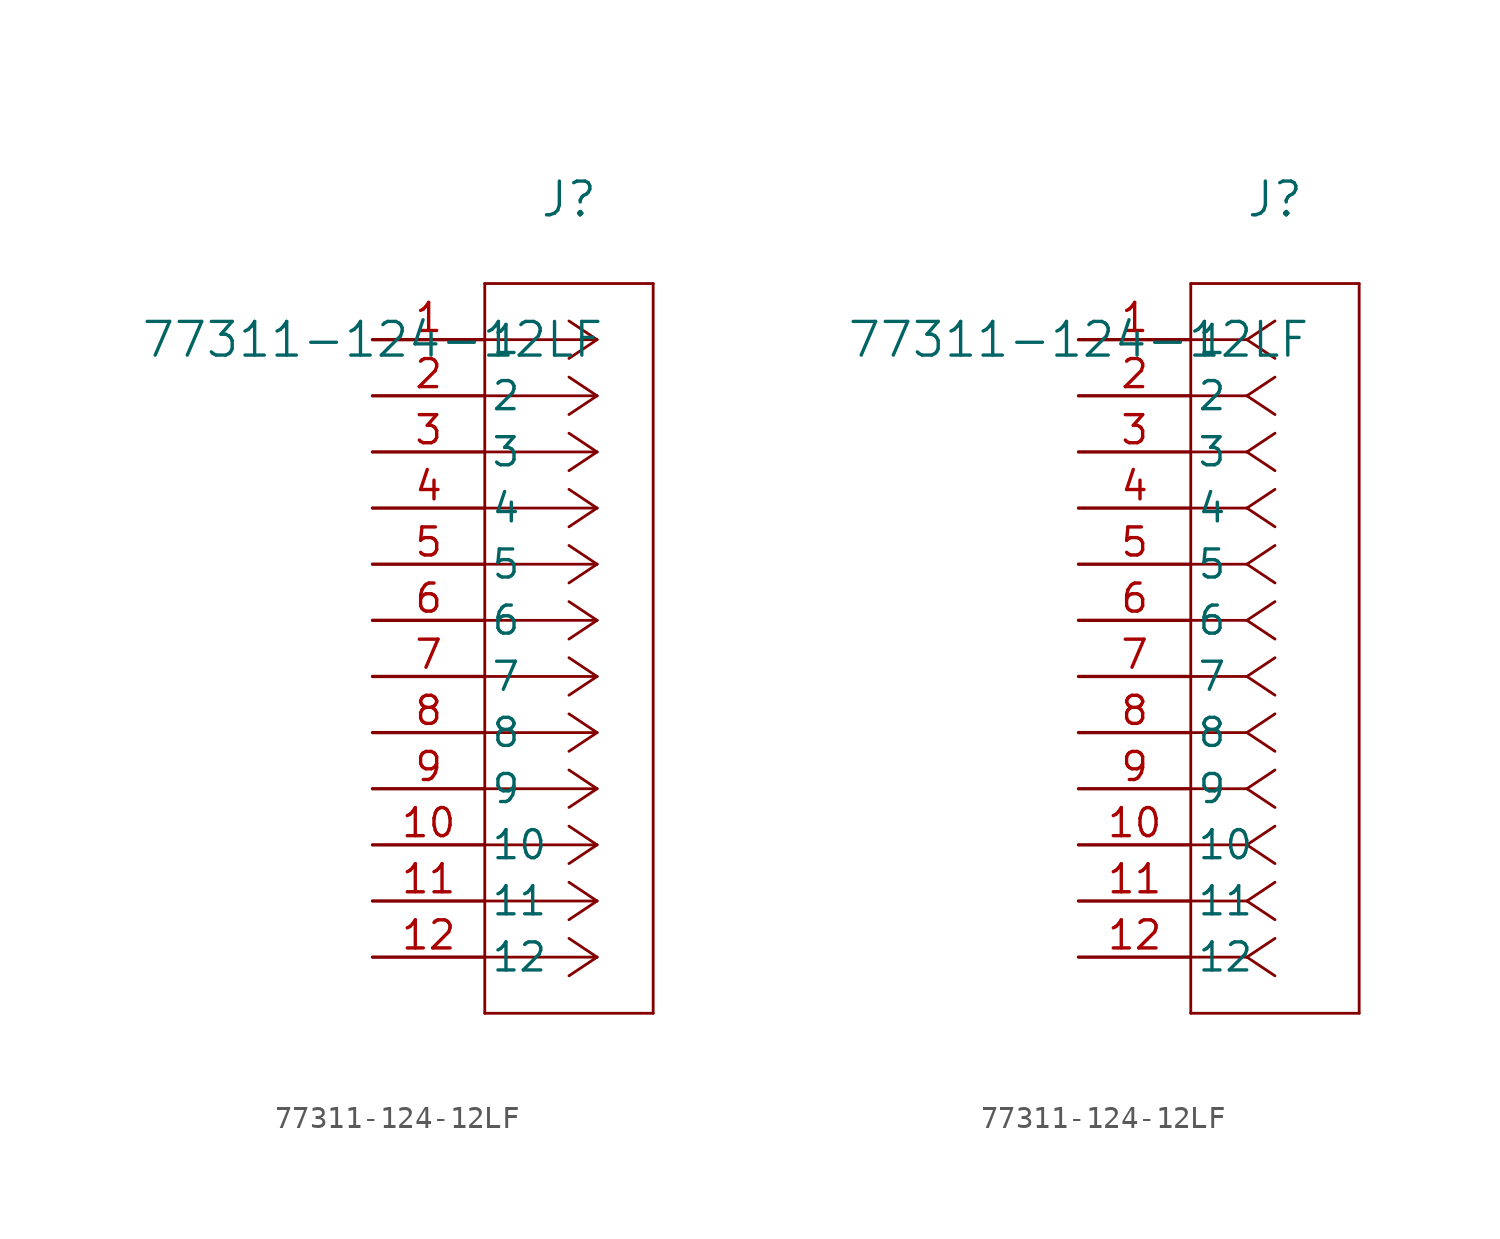
<source format=kicad_sym>
(kicad_symbol_lib
  (version 20211014)
  (generator kicad_symbol_editor)
  (symbol "77311-124-12LF"
    (pin_names
      (offset 0.254))
    (property "Reference" "J"
      (at 8.89 6.35 0)
      (effects (font (size 1.524 1.524))))
    (property "Value" "77311-124-12LF"
      (at 0 0 0)
      (effects (font (size 1.524 1.524))))
    (symbol "77311-124-12LF_1_1"
      (polyline (pts (xy 10.16 0) (xy 5.08 0)) (stroke (width 0.127) (type default) (color 0 0 0 0)) (fill (type none)))
      (polyline (pts (xy 10.16 -2.54) (xy 5.08 -2.54)) (stroke (width 0.127) (type default) (color 0 0 0 0)) (fill (type none)))
      (polyline (pts (xy 10.16 -5.08) (xy 5.08 -5.08)) (stroke (width 0.127) (type default) (color 0 0 0 0)) (fill (type none)))
      (polyline (pts (xy 10.16 -7.62) (xy 5.08 -7.62)) (stroke (width 0.127) (type default) (color 0 0 0 0)) (fill (type none)))
      (polyline (pts (xy 10.16 -10.16) (xy 5.08 -10.16)) (stroke (width 0.127) (type default) (color 0 0 0 0)) (fill (type none)))
      (polyline (pts (xy 10.16 -12.7) (xy 5.08 -12.7)) (stroke (width 0.127) (type default) (color 0 0 0 0)) (fill (type none)))
      (polyline (pts (xy 10.16 -15.24) (xy 5.08 -15.24)) (stroke (width 0.127) (type default) (color 0 0 0 0)) (fill (type none)))
      (polyline (pts (xy 10.16 -17.78) (xy 5.08 -17.78)) (stroke (width 0.127) (type default) (color 0 0 0 0)) (fill (type none)))
      (polyline (pts (xy 10.16 -20.32) (xy 5.08 -20.32)) (stroke (width 0.127) (type default) (color 0 0 0 0)) (fill (type none)))
      (polyline (pts (xy 10.16 -22.86) (xy 5.08 -22.86)) (stroke (width 0.127) (type default) (color 0 0 0 0)) (fill (type none)))
      (polyline (pts (xy 10.16 -25.4) (xy 5.08 -25.4)) (stroke (width 0.127) (type default) (color 0 0 0 0)) (fill (type none)))
      (polyline (pts (xy 10.16 -27.94) (xy 5.08 -27.94)) (stroke (width 0.127) (type default) (color 0 0 0 0)) (fill (type none)))
      (polyline (pts (xy 10.16 0) (xy 8.89 0.847)) (stroke (width 0.127) (type default) (color 0 0 0 0)) (fill (type none)))
      (polyline (pts (xy 10.16 -2.54) (xy 8.89 -1.693)) (stroke (width 0.127) (type default) (color 0 0 0 0)) (fill (type none)))
      (polyline (pts (xy 10.16 -5.08) (xy 8.89 -4.233)) (stroke (width 0.127) (type default) (color 0 0 0 0)) (fill (type none)))
      (polyline (pts (xy 10.16 -7.62) (xy 8.89 -6.773)) (stroke (width 0.127) (type default) (color 0 0 0 0)) (fill (type none)))
      (polyline (pts (xy 10.16 -10.16) (xy 8.89 -9.313)) (stroke (width 0.127) (type default) (color 0 0 0 0)) (fill (type none)))
      (polyline (pts (xy 10.16 -12.7) (xy 8.89 -11.853)) (stroke (width 0.127) (type default) (color 0 0 0 0)) (fill (type none)))
      (polyline (pts (xy 10.16 -15.24) (xy 8.89 -14.393)) (stroke (width 0.127) (type default) (color 0 0 0 0)) (fill (type none)))
      (polyline (pts (xy 10.16 -17.78) (xy 8.89 -16.933)) (stroke (width 0.127) (type default) (color 0 0 0 0)) (fill (type none)))
      (polyline (pts (xy 10.16 -20.32) (xy 8.89 -19.473)) (stroke (width 0.127) (type default) (color 0 0 0 0)) (fill (type none)))
      (polyline (pts (xy 10.16 -22.86) (xy 8.89 -22.013)) (stroke (width 0.127) (type default) (color 0 0 0 0)) (fill (type none)))
      (polyline (pts (xy 10.16 -25.4) (xy 8.89 -24.553)) (stroke (width 0.127) (type default) (color 0 0 0 0)) (fill (type none)))
      (polyline (pts (xy 10.16 -27.94) (xy 8.89 -27.093)) (stroke (width 0.127) (type default) (color 0 0 0 0)) (fill (type none)))
      (polyline (pts (xy 10.16 0) (xy 8.89 -0.847)) (stroke (width 0.127) (type default) (color 0 0 0 0)) (fill (type none)))
      (polyline (pts (xy 10.16 -2.54) (xy 8.89 -3.387)) (stroke (width 0.127) (type default) (color 0 0 0 0)) (fill (type none)))
      (polyline (pts (xy 10.16 -5.08) (xy 8.89 -5.927)) (stroke (width 0.127) (type default) (color 0 0 0 0)) (fill (type none)))
      (polyline (pts (xy 10.16 -7.62) (xy 8.89 -8.467)) (stroke (width 0.127) (type default) (color 0 0 0 0)) (fill (type none)))
      (polyline (pts (xy 10.16 -10.16) (xy 8.89 -11.007)) (stroke (width 0.127) (type default) (color 0 0 0 0)) (fill (type none)))
      (polyline (pts (xy 10.16 -12.7) (xy 8.89 -13.547)) (stroke (width 0.127) (type default) (color 0 0 0 0)) (fill (type none)))
      (polyline (pts (xy 10.16 -15.24) (xy 8.89 -16.087)) (stroke (width 0.127) (type default) (color 0 0 0 0)) (fill (type none)))
      (polyline (pts (xy 10.16 -17.78) (xy 8.89 -18.627)) (stroke (width 0.127) (type default) (color 0 0 0 0)) (fill (type none)))
      (polyline (pts (xy 10.16 -20.32) (xy 8.89 -21.167)) (stroke (width 0.127) (type default) (color 0 0 0 0)) (fill (type none)))
      (polyline (pts (xy 10.16 -22.86) (xy 8.89 -23.707)) (stroke (width 0.127) (type default) (color 0 0 0 0)) (fill (type none)))
      (polyline (pts (xy 10.16 -25.4) (xy 8.89 -26.247)) (stroke (width 0.127) (type default) (color 0 0 0 0)) (fill (type none)))
      (polyline (pts (xy 10.16 -27.94) (xy 8.89 -28.787)) (stroke (width 0.127) (type default) (color 0 0 0 0)) (fill (type none)))
      (polyline (pts (xy 5.08 2.54) (xy 5.08 -30.48)) (stroke (width 0.127) (type default) (color 0 0 0 0)) (fill (type none)))
      (polyline (pts (xy 5.08 -30.48) (xy 12.7 -30.48)) (stroke (width 0.127) (type default) (color 0 0 0 0)) (fill (type none)))
      (polyline (pts (xy 12.7 -30.48) (xy 12.7 2.54)) (stroke (width 0.127) (type default) (color 0 0 0 0)) (fill (type none)))
      (polyline (pts (xy 12.7 2.54) (xy 5.08 2.54)) (stroke (width 0.127) (type default) (color 0 0 0 0)) (fill (type none)))
      (pin unspecified line (at 0 0 0) (length 5.08) (name "1" (effects (font (size 1.27 1.27)))) (number "1" (effects (font (size 1.27 1.27)))))
      (pin unspecified line (at 0 -2.54 0) (length 5.08) (name "2" (effects (font (size 1.27 1.27)))) (number "2" (effects (font (size 1.27 1.27)))))
      (pin unspecified line (at 0 -5.08 0) (length 5.08) (name "3" (effects (font (size 1.27 1.27)))) (number "3" (effects (font (size 1.27 1.27)))))
      (pin unspecified line (at 0 -7.62 0) (length 5.08) (name "4" (effects (font (size 1.27 1.27)))) (number "4" (effects (font (size 1.27 1.27)))))
      (pin unspecified line (at 0 -10.16 0) (length 5.08) (name "5" (effects (font (size 1.27 1.27)))) (number "5" (effects (font (size 1.27 1.27)))))
      (pin unspecified line (at 0 -12.7 0) (length 5.08) (name "6" (effects (font (size 1.27 1.27)))) (number "6" (effects (font (size 1.27 1.27)))))
      (pin unspecified line (at 0 -15.24 0) (length 5.08) (name "7" (effects (font (size 1.27 1.27)))) (number "7" (effects (font (size 1.27 1.27)))))
      (pin unspecified line (at 0 -17.78 0) (length 5.08) (name "8" (effects (font (size 1.27 1.27)))) (number "8" (effects (font (size 1.27 1.27)))))
      (pin unspecified line (at 0 -20.32 0) (length 5.08) (name "9" (effects (font (size 1.27 1.27)))) (number "9" (effects (font (size 1.27 1.27)))))
      (pin unspecified line (at 0 -22.86 0) (length 5.08) (name "10" (effects (font (size 1.27 1.27)))) (number "10" (effects (font (size 1.27 1.27)))))
      (pin unspecified line (at 0 -25.4 0) (length 5.08) (name "11" (effects (font (size 1.27 1.27)))) (number "11" (effects (font (size 1.27 1.27)))))
      (pin unspecified line (at 0 -27.94 0) (length 5.08) (name "12" (effects (font (size 1.27 1.27)))) (number "12" (effects (font (size 1.27 1.27))))))
    (symbol "77311-124-12LF_1_2"
      (polyline (pts (xy 7.62 0) (xy 5.08 0)) (stroke (width 0.127) (type default) (color 0 0 0 0)) (fill (type none)))
      (polyline (pts (xy 7.62 -2.54) (xy 5.08 -2.54)) (stroke (width 0.127) (type default) (color 0 0 0 0)) (fill (type none)))
      (polyline (pts (xy 7.62 -5.08) (xy 5.08 -5.08)) (stroke (width 0.127) (type default) (color 0 0 0 0)) (fill (type none)))
      (polyline (pts (xy 7.62 -7.62) (xy 5.08 -7.62)) (stroke (width 0.127) (type default) (color 0 0 0 0)) (fill (type none)))
      (polyline (pts (xy 7.62 -10.16) (xy 5.08 -10.16)) (stroke (width 0.127) (type default) (color 0 0 0 0)) (fill (type none)))
      (polyline (pts (xy 7.62 -12.7) (xy 5.08 -12.7)) (stroke (width 0.127) (type default) (color 0 0 0 0)) (fill (type none)))
      (polyline (pts (xy 7.62 -15.24) (xy 5.08 -15.24)) (stroke (width 0.127) (type default) (color 0 0 0 0)) (fill (type none)))
      (polyline (pts (xy 7.62 -17.78) (xy 5.08 -17.78)) (stroke (width 0.127) (type default) (color 0 0 0 0)) (fill (type none)))
      (polyline (pts (xy 7.62 -20.32) (xy 5.08 -20.32)) (stroke (width 0.127) (type default) (color 0 0 0 0)) (fill (type none)))
      (polyline (pts (xy 7.62 -22.86) (xy 5.08 -22.86)) (stroke (width 0.127) (type default) (color 0 0 0 0)) (fill (type none)))
      (polyline (pts (xy 7.62 -25.4) (xy 5.08 -25.4)) (stroke (width 0.127) (type default) (color 0 0 0 0)) (fill (type none)))
      (polyline (pts (xy 7.62 -27.94) (xy 5.08 -27.94)) (stroke (width 0.127) (type default) (color 0 0 0 0)) (fill (type none)))
      (polyline (pts (xy 7.62 0) (xy 8.89 0.847)) (stroke (width 0.127) (type default) (color 0 0 0 0)) (fill (type none)))
      (polyline (pts (xy 7.62 -2.54) (xy 8.89 -1.693)) (stroke (width 0.127) (type default) (color 0 0 0 0)) (fill (type none)))
      (polyline (pts (xy 7.62 -5.08) (xy 8.89 -4.233)) (stroke (width 0.127) (type default) (color 0 0 0 0)) (fill (type none)))
      (polyline (pts (xy 7.62 -7.62) (xy 8.89 -6.773)) (stroke (width 0.127) (type default) (color 0 0 0 0)) (fill (type none)))
      (polyline (pts (xy 7.62 -10.16) (xy 8.89 -9.313)) (stroke (width 0.127) (type default) (color 0 0 0 0)) (fill (type none)))
      (polyline (pts (xy 7.62 -12.7) (xy 8.89 -11.853)) (stroke (width 0.127) (type default) (color 0 0 0 0)) (fill (type none)))
      (polyline (pts (xy 7.62 -15.24) (xy 8.89 -14.393)) (stroke (width 0.127) (type default) (color 0 0 0 0)) (fill (type none)))
      (polyline (pts (xy 7.62 -17.78) (xy 8.89 -16.933)) (stroke (width 0.127) (type default) (color 0 0 0 0)) (fill (type none)))
      (polyline (pts (xy 7.62 -20.32) (xy 8.89 -19.473)) (stroke (width 0.127) (type default) (color 0 0 0 0)) (fill (type none)))
      (polyline (pts (xy 7.62 -22.86) (xy 8.89 -22.013)) (stroke (width 0.127) (type default) (color 0 0 0 0)) (fill (type none)))
      (polyline (pts (xy 7.62 -25.4) (xy 8.89 -24.553)) (stroke (width 0.127) (type default) (color 0 0 0 0)) (fill (type none)))
      (polyline (pts (xy 7.62 -27.94) (xy 8.89 -27.093)) (stroke (width 0.127) (type default) (color 0 0 0 0)) (fill (type none)))
      (polyline (pts (xy 7.62 0) (xy 8.89 -0.847)) (stroke (width 0.127) (type default) (color 0 0 0 0)) (fill (type none)))
      (polyline (pts (xy 7.62 -2.54) (xy 8.89 -3.387)) (stroke (width 0.127) (type default) (color 0 0 0 0)) (fill (type none)))
      (polyline (pts (xy 7.62 -5.08) (xy 8.89 -5.927)) (stroke (width 0.127) (type default) (color 0 0 0 0)) (fill (type none)))
      (polyline (pts (xy 7.62 -7.62) (xy 8.89 -8.467)) (stroke (width 0.127) (type default) (color 0 0 0 0)) (fill (type none)))
      (polyline (pts (xy 7.62 -10.16) (xy 8.89 -11.007)) (stroke (width 0.127) (type default) (color 0 0 0 0)) (fill (type none)))
      (polyline (pts (xy 7.62 -12.7) (xy 8.89 -13.547)) (stroke (width 0.127) (type default) (color 0 0 0 0)) (fill (type none)))
      (polyline (pts (xy 7.62 -15.24) (xy 8.89 -16.087)) (stroke (width 0.127) (type default) (color 0 0 0 0)) (fill (type none)))
      (polyline (pts (xy 7.62 -17.78) (xy 8.89 -18.627)) (stroke (width 0.127) (type default) (color 0 0 0 0)) (fill (type none)))
      (polyline (pts (xy 7.62 -20.32) (xy 8.89 -21.167)) (stroke (width 0.127) (type default) (color 0 0 0 0)) (fill (type none)))
      (polyline (pts (xy 7.62 -22.86) (xy 8.89 -23.707)) (stroke (width 0.127) (type default) (color 0 0 0 0)) (fill (type none)))
      (polyline (pts (xy 7.62 -25.4) (xy 8.89 -26.247)) (stroke (width 0.127) (type default) (color 0 0 0 0)) (fill (type none)))
      (polyline (pts (xy 7.62 -27.94) (xy 8.89 -28.787)) (stroke (width 0.127) (type default) (color 0 0 0 0)) (fill (type none)))
      (polyline (pts (xy 5.08 2.54) (xy 5.08 -30.48)) (stroke (width 0.127) (type default) (color 0 0 0 0)) (fill (type none)))
      (polyline (pts (xy 5.08 -30.48) (xy 12.7 -30.48)) (stroke (width 0.127) (type default) (color 0 0 0 0)) (fill (type none)))
      (polyline (pts (xy 12.7 -30.48) (xy 12.7 2.54)) (stroke (width 0.127) (type default) (color 0 0 0 0)) (fill (type none)))
      (polyline (pts (xy 12.7 2.54) (xy 5.08 2.54)) (stroke (width 0.127) (type default) (color 0 0 0 0)) (fill (type none)))
      (pin unspecified line (at 0 0 0) (length 5.08) (name "1" (effects (font (size 1.27 1.27)))) (number "1" (effects (font (size 1.27 1.27)))))
      (pin unspecified line (at 0 -2.54 0) (length 5.08) (name "2" (effects (font (size 1.27 1.27)))) (number "2" (effects (font (size 1.27 1.27)))))
      (pin unspecified line (at 0 -5.08 0) (length 5.08) (name "3" (effects (font (size 1.27 1.27)))) (number "3" (effects (font (size 1.27 1.27)))))
      (pin unspecified line (at 0 -7.62 0) (length 5.08) (name "4" (effects (font (size 1.27 1.27)))) (number "4" (effects (font (size 1.27 1.27)))))
      (pin unspecified line (at 0 -10.16 0) (length 5.08) (name "5" (effects (font (size 1.27 1.27)))) (number "5" (effects (font (size 1.27 1.27)))))
      (pin unspecified line (at 0 -12.7 0) (length 5.08) (name "6" (effects (font (size 1.27 1.27)))) (number "6" (effects (font (size 1.27 1.27)))))
      (pin unspecified line (at 0 -15.24 0) (length 5.08) (name "7" (effects (font (size 1.27 1.27)))) (number "7" (effects (font (size 1.27 1.27)))))
      (pin unspecified line (at 0 -17.78 0) (length 5.08) (name "8" (effects (font (size 1.27 1.27)))) (number "8" (effects (font (size 1.27 1.27)))))
      (pin unspecified line (at 0 -20.32 0) (length 5.08) (name "9" (effects (font (size 1.27 1.27)))) (number "9" (effects (font (size 1.27 1.27)))))
      (pin unspecified line (at 0 -22.86 0) (length 5.08) (name "10" (effects (font (size 1.27 1.27)))) (number "10" (effects (font (size 1.27 1.27)))))
      (pin unspecified line (at 0 -25.4 0) (length 5.08) (name "11" (effects (font (size 1.27 1.27)))) (number "11" (effects (font (size 1.27 1.27)))))
      (pin unspecified line (at 0 -27.94 0) (length 5.08) (name "12" (effects (font (size 1.27 1.27)))) (number "12" (effects (font (size 1.27 1.27))))))))
</source>
